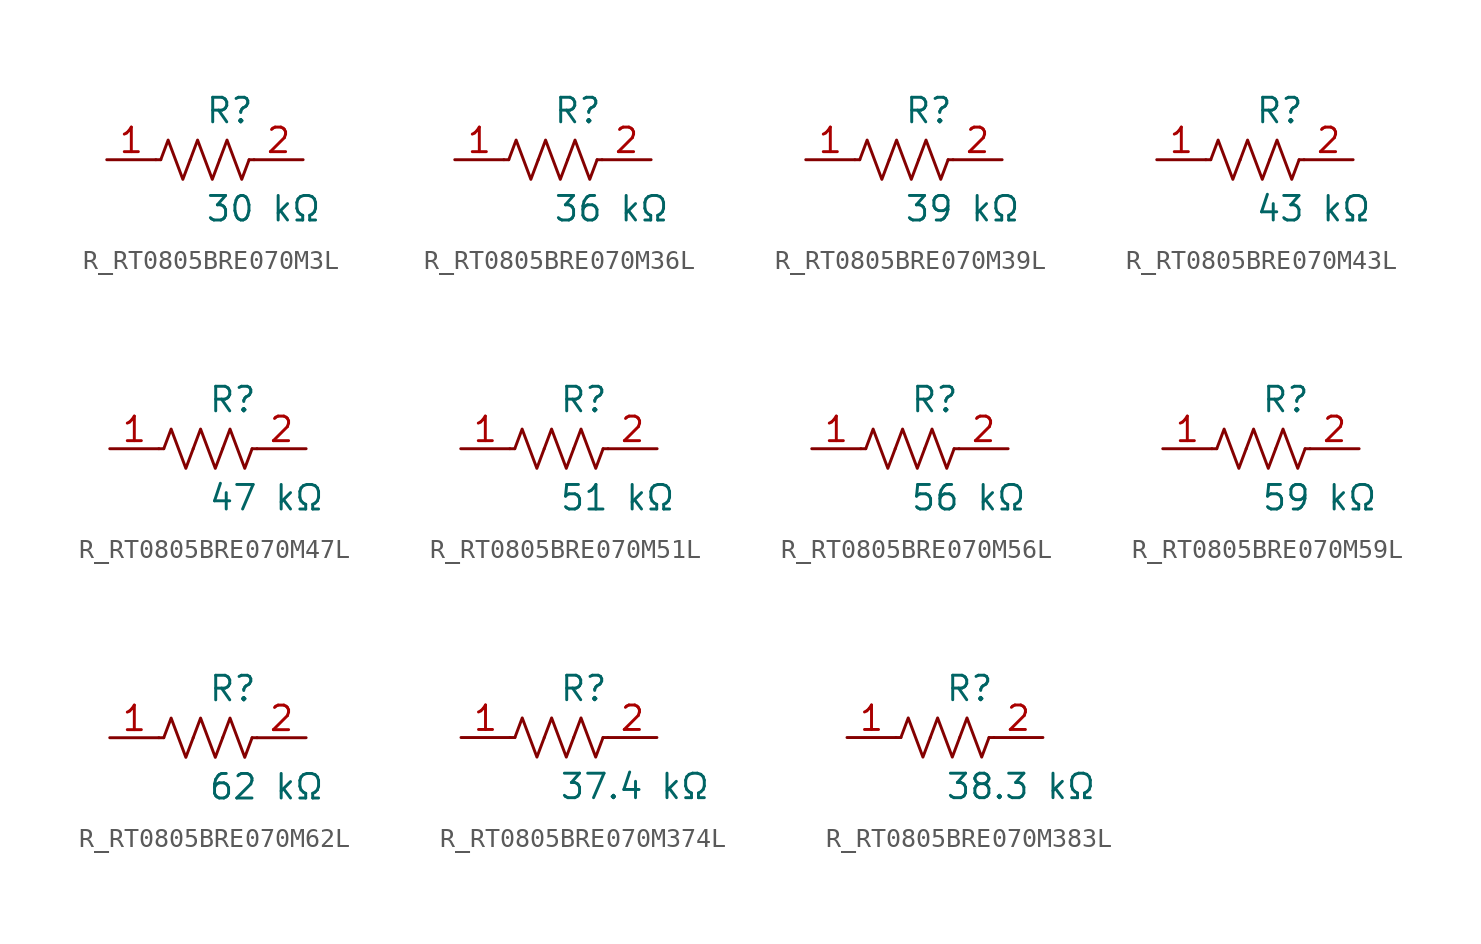
<source format=kicad_sym>
(kicad_symbol_lib
  (version 20231120)
  (generator kicad_symbol_editor)
  (generator_version 8.0)
  (symbol "R_RT0805BRE070M3L"
    (pin_names
      (offset 0.254))
    (property "Reference" "R"
      (at 0.0 2.54 0)
      (effects (font (size 1.27 1.27)) (justify left)))
    (property "Value" "30 kΩ"
      (at 0.0 -2.54 0)
      (effects (font (size 1.27 1.27)) (justify left)))
    (symbol "R_RT0805BRE070M3L_0_1"
      (polyline (pts (xy 2.286 0) (xy 2.54 0)) (stroke (width 0) (type default)) (fill (type none)))
      (polyline (pts (xy -2.286 0) (xy -2.54 0)) (stroke (width 0) (type default)) (fill (type none)))
      (polyline (pts (xy 0.762 0) (xy 1.143 1.016) (xy 1.524 0) (xy 1.905 -1.016) (xy 2.286 0)) (stroke (width 0) (type default)) (fill (type none)))
      (polyline (pts (xy -0.762 0) (xy -0.381 1.016) (xy 0 0) (xy 0.381 -1.016) (xy 0.762 0)) (stroke (width 0) (type default)) (fill (type none)))
      (polyline (pts (xy -2.286 0) (xy -1.905 1.016) (xy -1.524 0) (xy -1.143 -1.016) (xy -0.762 0)) (stroke (width 0) (type default)) (fill (type none))))
    (pin unspecified line
      (at -5.08 0 0)
      (length 2.54)
      (name "" (effects (font (size 1.27 1.27))))
      (number "1" (effects (font (size 1.27 1.27)))))
    (pin unspecified line
      (at 5.08 0 180)
      (length 2.54)
      (name "" (effects (font (size 1.27 1.27))))
      (number "2" (effects (font (size 1.27 1.27))))))
  (symbol "R_RT0805BRE070M36L"
    (pin_names
      (offset 0.254))
    (property "Reference" "R"
      (at 0.0 2.54 0)
      (effects (font (size 1.27 1.27)) (justify left)))
    (property "Value" "36 kΩ"
      (at 0.0 -2.54 0)
      (effects (font (size 1.27 1.27)) (justify left)))
    (symbol "R_RT0805BRE070M36L_0_1"
      (polyline (pts (xy 2.286 0) (xy 2.54 0)) (stroke (width 0) (type default)) (fill (type none)))
      (polyline (pts (xy -2.286 0) (xy -2.54 0)) (stroke (width 0) (type default)) (fill (type none)))
      (polyline (pts (xy 0.762 0) (xy 1.143 1.016) (xy 1.524 0) (xy 1.905 -1.016) (xy 2.286 0)) (stroke (width 0) (type default)) (fill (type none)))
      (polyline (pts (xy -0.762 0) (xy -0.381 1.016) (xy 0 0) (xy 0.381 -1.016) (xy 0.762 0)) (stroke (width 0) (type default)) (fill (type none)))
      (polyline (pts (xy -2.286 0) (xy -1.905 1.016) (xy -1.524 0) (xy -1.143 -1.016) (xy -0.762 0)) (stroke (width 0) (type default)) (fill (type none))))
    (pin unspecified line
      (at -5.08 0 0)
      (length 2.54)
      (name "" (effects (font (size 1.27 1.27))))
      (number "1" (effects (font (size 1.27 1.27)))))
    (pin unspecified line
      (at 5.08 0 180)
      (length 2.54)
      (name "" (effects (font (size 1.27 1.27))))
      (number "2" (effects (font (size 1.27 1.27))))))
  (symbol "R_RT0805BRE070M39L"
    (pin_names
      (offset 0.254))
    (property "Reference" "R"
      (at 0.0 2.54 0)
      (effects (font (size 1.27 1.27)) (justify left)))
    (property "Value" "39 kΩ"
      (at 0.0 -2.54 0)
      (effects (font (size 1.27 1.27)) (justify left)))
    (symbol "R_RT0805BRE070M39L_0_1"
      (polyline (pts (xy 2.286 0) (xy 2.54 0)) (stroke (width 0) (type default)) (fill (type none)))
      (polyline (pts (xy -2.286 0) (xy -2.54 0)) (stroke (width 0) (type default)) (fill (type none)))
      (polyline (pts (xy 0.762 0) (xy 1.143 1.016) (xy 1.524 0) (xy 1.905 -1.016) (xy 2.286 0)) (stroke (width 0) (type default)) (fill (type none)))
      (polyline (pts (xy -0.762 0) (xy -0.381 1.016) (xy 0 0) (xy 0.381 -1.016) (xy 0.762 0)) (stroke (width 0) (type default)) (fill (type none)))
      (polyline (pts (xy -2.286 0) (xy -1.905 1.016) (xy -1.524 0) (xy -1.143 -1.016) (xy -0.762 0)) (stroke (width 0) (type default)) (fill (type none))))
    (pin unspecified line
      (at -5.08 0 0)
      (length 2.54)
      (name "" (effects (font (size 1.27 1.27))))
      (number "1" (effects (font (size 1.27 1.27)))))
    (pin unspecified line
      (at 5.08 0 180)
      (length 2.54)
      (name "" (effects (font (size 1.27 1.27))))
      (number "2" (effects (font (size 1.27 1.27))))))
  (symbol "R_RT0805BRE070M43L"
    (pin_names
      (offset 0.254))
    (property "Reference" "R"
      (at 0.0 2.54 0)
      (effects (font (size 1.27 1.27)) (justify left)))
    (property "Value" "43 kΩ"
      (at 0.0 -2.54 0)
      (effects (font (size 1.27 1.27)) (justify left)))
    (symbol "R_RT0805BRE070M43L_0_1"
      (polyline (pts (xy 2.286 0) (xy 2.54 0)) (stroke (width 0) (type default)) (fill (type none)))
      (polyline (pts (xy -2.286 0) (xy -2.54 0)) (stroke (width 0) (type default)) (fill (type none)))
      (polyline (pts (xy 0.762 0) (xy 1.143 1.016) (xy 1.524 0) (xy 1.905 -1.016) (xy 2.286 0)) (stroke (width 0) (type default)) (fill (type none)))
      (polyline (pts (xy -0.762 0) (xy -0.381 1.016) (xy 0 0) (xy 0.381 -1.016) (xy 0.762 0)) (stroke (width 0) (type default)) (fill (type none)))
      (polyline (pts (xy -2.286 0) (xy -1.905 1.016) (xy -1.524 0) (xy -1.143 -1.016) (xy -0.762 0)) (stroke (width 0) (type default)) (fill (type none))))
    (pin unspecified line
      (at -5.08 0 0)
      (length 2.54)
      (name "" (effects (font (size 1.27 1.27))))
      (number "1" (effects (font (size 1.27 1.27)))))
    (pin unspecified line
      (at 5.08 0 180)
      (length 2.54)
      (name "" (effects (font (size 1.27 1.27))))
      (number "2" (effects (font (size 1.27 1.27))))))
  (symbol "R_RT0805BRE070M47L"
    (pin_names
      (offset 0.254))
    (property "Reference" "R"
      (at 0.0 2.54 0)
      (effects (font (size 1.27 1.27)) (justify left)))
    (property "Value" "47 kΩ"
      (at 0.0 -2.54 0)
      (effects (font (size 1.27 1.27)) (justify left)))
    (symbol "R_RT0805BRE070M47L_0_1"
      (polyline (pts (xy 2.286 0) (xy 2.54 0)) (stroke (width 0) (type default)) (fill (type none)))
      (polyline (pts (xy -2.286 0) (xy -2.54 0)) (stroke (width 0) (type default)) (fill (type none)))
      (polyline (pts (xy 0.762 0) (xy 1.143 1.016) (xy 1.524 0) (xy 1.905 -1.016) (xy 2.286 0)) (stroke (width 0) (type default)) (fill (type none)))
      (polyline (pts (xy -0.762 0) (xy -0.381 1.016) (xy 0 0) (xy 0.381 -1.016) (xy 0.762 0)) (stroke (width 0) (type default)) (fill (type none)))
      (polyline (pts (xy -2.286 0) (xy -1.905 1.016) (xy -1.524 0) (xy -1.143 -1.016) (xy -0.762 0)) (stroke (width 0) (type default)) (fill (type none))))
    (pin unspecified line
      (at -5.08 0 0)
      (length 2.54)
      (name "" (effects (font (size 1.27 1.27))))
      (number "1" (effects (font (size 1.27 1.27)))))
    (pin unspecified line
      (at 5.08 0 180)
      (length 2.54)
      (name "" (effects (font (size 1.27 1.27))))
      (number "2" (effects (font (size 1.27 1.27))))))
  (symbol "R_RT0805BRE070M51L"
    (pin_names
      (offset 0.254))
    (property "Reference" "R"
      (at 0.0 2.54 0)
      (effects (font (size 1.27 1.27)) (justify left)))
    (property "Value" "51 kΩ"
      (at 0.0 -2.54 0)
      (effects (font (size 1.27 1.27)) (justify left)))
    (symbol "R_RT0805BRE070M51L_0_1"
      (polyline (pts (xy 2.286 0) (xy 2.54 0)) (stroke (width 0) (type default)) (fill (type none)))
      (polyline (pts (xy -2.286 0) (xy -2.54 0)) (stroke (width 0) (type default)) (fill (type none)))
      (polyline (pts (xy 0.762 0) (xy 1.143 1.016) (xy 1.524 0) (xy 1.905 -1.016) (xy 2.286 0)) (stroke (width 0) (type default)) (fill (type none)))
      (polyline (pts (xy -0.762 0) (xy -0.381 1.016) (xy 0 0) (xy 0.381 -1.016) (xy 0.762 0)) (stroke (width 0) (type default)) (fill (type none)))
      (polyline (pts (xy -2.286 0) (xy -1.905 1.016) (xy -1.524 0) (xy -1.143 -1.016) (xy -0.762 0)) (stroke (width 0) (type default)) (fill (type none))))
    (pin unspecified line
      (at -5.08 0 0)
      (length 2.54)
      (name "" (effects (font (size 1.27 1.27))))
      (number "1" (effects (font (size 1.27 1.27)))))
    (pin unspecified line
      (at 5.08 0 180)
      (length 2.54)
      (name "" (effects (font (size 1.27 1.27))))
      (number "2" (effects (font (size 1.27 1.27))))))
  (symbol "R_RT0805BRE070M56L"
    (pin_names
      (offset 0.254))
    (property "Reference" "R"
      (at 0.0 2.54 0)
      (effects (font (size 1.27 1.27)) (justify left)))
    (property "Value" "56 kΩ"
      (at 0.0 -2.54 0)
      (effects (font (size 1.27 1.27)) (justify left)))
    (symbol "R_RT0805BRE070M56L_0_1"
      (polyline (pts (xy 2.286 0) (xy 2.54 0)) (stroke (width 0) (type default)) (fill (type none)))
      (polyline (pts (xy -2.286 0) (xy -2.54 0)) (stroke (width 0) (type default)) (fill (type none)))
      (polyline (pts (xy 0.762 0) (xy 1.143 1.016) (xy 1.524 0) (xy 1.905 -1.016) (xy 2.286 0)) (stroke (width 0) (type default)) (fill (type none)))
      (polyline (pts (xy -0.762 0) (xy -0.381 1.016) (xy 0 0) (xy 0.381 -1.016) (xy 0.762 0)) (stroke (width 0) (type default)) (fill (type none)))
      (polyline (pts (xy -2.286 0) (xy -1.905 1.016) (xy -1.524 0) (xy -1.143 -1.016) (xy -0.762 0)) (stroke (width 0) (type default)) (fill (type none))))
    (pin unspecified line
      (at -5.08 0 0)
      (length 2.54)
      (name "" (effects (font (size 1.27 1.27))))
      (number "1" (effects (font (size 1.27 1.27)))))
    (pin unspecified line
      (at 5.08 0 180)
      (length 2.54)
      (name "" (effects (font (size 1.27 1.27))))
      (number "2" (effects (font (size 1.27 1.27))))))
  (symbol "R_RT0805BRE070M59L"
    (pin_names
      (offset 0.254))
    (property "Reference" "R"
      (at 0.0 2.54 0)
      (effects (font (size 1.27 1.27)) (justify left)))
    (property "Value" "59 kΩ"
      (at 0.0 -2.54 0)
      (effects (font (size 1.27 1.27)) (justify left)))
    (symbol "R_RT0805BRE070M59L_0_1"
      (polyline (pts (xy 2.286 0) (xy 2.54 0)) (stroke (width 0) (type default)) (fill (type none)))
      (polyline (pts (xy -2.286 0) (xy -2.54 0)) (stroke (width 0) (type default)) (fill (type none)))
      (polyline (pts (xy 0.762 0) (xy 1.143 1.016) (xy 1.524 0) (xy 1.905 -1.016) (xy 2.286 0)) (stroke (width 0) (type default)) (fill (type none)))
      (polyline (pts (xy -0.762 0) (xy -0.381 1.016) (xy 0 0) (xy 0.381 -1.016) (xy 0.762 0)) (stroke (width 0) (type default)) (fill (type none)))
      (polyline (pts (xy -2.286 0) (xy -1.905 1.016) (xy -1.524 0) (xy -1.143 -1.016) (xy -0.762 0)) (stroke (width 0) (type default)) (fill (type none))))
    (pin unspecified line
      (at -5.08 0 0)
      (length 2.54)
      (name "" (effects (font (size 1.27 1.27))))
      (number "1" (effects (font (size 1.27 1.27)))))
    (pin unspecified line
      (at 5.08 0 180)
      (length 2.54)
      (name "" (effects (font (size 1.27 1.27))))
      (number "2" (effects (font (size 1.27 1.27))))))
  (symbol "R_RT0805BRE070M62L"
    (pin_names
      (offset 0.254))
    (property "Reference" "R"
      (at 0.0 2.54 0)
      (effects (font (size 1.27 1.27)) (justify left)))
    (property "Value" "62 kΩ"
      (at 0.0 -2.54 0)
      (effects (font (size 1.27 1.27)) (justify left)))
    (symbol "R_RT0805BRE070M62L_0_1"
      (polyline (pts (xy 2.286 0) (xy 2.54 0)) (stroke (width 0) (type default)) (fill (type none)))
      (polyline (pts (xy -2.286 0) (xy -2.54 0)) (stroke (width 0) (type default)) (fill (type none)))
      (polyline (pts (xy 0.762 0) (xy 1.143 1.016) (xy 1.524 0) (xy 1.905 -1.016) (xy 2.286 0)) (stroke (width 0) (type default)) (fill (type none)))
      (polyline (pts (xy -0.762 0) (xy -0.381 1.016) (xy 0 0) (xy 0.381 -1.016) (xy 0.762 0)) (stroke (width 0) (type default)) (fill (type none)))
      (polyline (pts (xy -2.286 0) (xy -1.905 1.016) (xy -1.524 0) (xy -1.143 -1.016) (xy -0.762 0)) (stroke (width 0) (type default)) (fill (type none))))
    (pin unspecified line
      (at -5.08 0 0)
      (length 2.54)
      (name "" (effects (font (size 1.27 1.27))))
      (number "1" (effects (font (size 1.27 1.27)))))
    (pin unspecified line
      (at 5.08 0 180)
      (length 2.54)
      (name "" (effects (font (size 1.27 1.27))))
      (number "2" (effects (font (size 1.27 1.27))))))
  (symbol "R_RT0805BRE070M374L"
    (pin_names
      (offset 0.254))
    (property "Reference" "R"
      (at 0.0 2.54 0)
      (effects (font (size 1.27 1.27)) (justify left)))
    (property "Value" "37.4 kΩ"
      (at 0.0 -2.54 0)
      (effects (font (size 1.27 1.27)) (justify left)))
    (symbol "R_RT0805BRE070M374L_0_1"
      (polyline (pts (xy 2.286 0) (xy 2.54 0)) (stroke (width 0) (type default)) (fill (type none)))
      (polyline (pts (xy -2.286 0) (xy -2.54 0)) (stroke (width 0) (type default)) (fill (type none)))
      (polyline (pts (xy 0.762 0) (xy 1.143 1.016) (xy 1.524 0) (xy 1.905 -1.016) (xy 2.286 0)) (stroke (width 0) (type default)) (fill (type none)))
      (polyline (pts (xy -0.762 0) (xy -0.381 1.016) (xy 0 0) (xy 0.381 -1.016) (xy 0.762 0)) (stroke (width 0) (type default)) (fill (type none)))
      (polyline (pts (xy -2.286 0) (xy -1.905 1.016) (xy -1.524 0) (xy -1.143 -1.016) (xy -0.762 0)) (stroke (width 0) (type default)) (fill (type none))))
    (pin unspecified line
      (at -5.08 0 0)
      (length 2.54)
      (name "" (effects (font (size 1.27 1.27))))
      (number "1" (effects (font (size 1.27 1.27)))))
    (pin unspecified line
      (at 5.08 0 180)
      (length 2.54)
      (name "" (effects (font (size 1.27 1.27))))
      (number "2" (effects (font (size 1.27 1.27))))))
  (symbol "R_RT0805BRE070M383L"
    (pin_names
      (offset 0.254))
    (property "Reference" "R"
      (at 0.0 2.54 0)
      (effects (font (size 1.27 1.27)) (justify left)))
    (property "Value" "38.3 kΩ"
      (at 0.0 -2.54 0)
      (effects (font (size 1.27 1.27)) (justify left)))
    (symbol "R_RT0805BRE070M383L_0_1"
      (polyline (pts (xy 2.286 0) (xy 2.54 0)) (stroke (width 0) (type default)) (fill (type none)))
      (polyline (pts (xy -2.286 0) (xy -2.54 0)) (stroke (width 0) (type default)) (fill (type none)))
      (polyline (pts (xy 0.762 0) (xy 1.143 1.016) (xy 1.524 0) (xy 1.905 -1.016) (xy 2.286 0)) (stroke (width 0) (type default)) (fill (type none)))
      (polyline (pts (xy -0.762 0) (xy -0.381 1.016) (xy 0 0) (xy 0.381 -1.016) (xy 0.762 0)) (stroke (width 0) (type default)) (fill (type none)))
      (polyline (pts (xy -2.286 0) (xy -1.905 1.016) (xy -1.524 0) (xy -1.143 -1.016) (xy -0.762 0)) (stroke (width 0) (type default)) (fill (type none))))
    (pin unspecified line
      (at -5.08 0 0)
      (length 2.54)
      (name "" (effects (font (size 1.27 1.27))))
      (number "1" (effects (font (size 1.27 1.27)))))
    (pin unspecified line
      (at 5.08 0 180)
      (length 2.54)
      (name "" (effects (font (size 1.27 1.27))))
      (number "2" (effects (font (size 1.27 1.27)))))))
</source>
